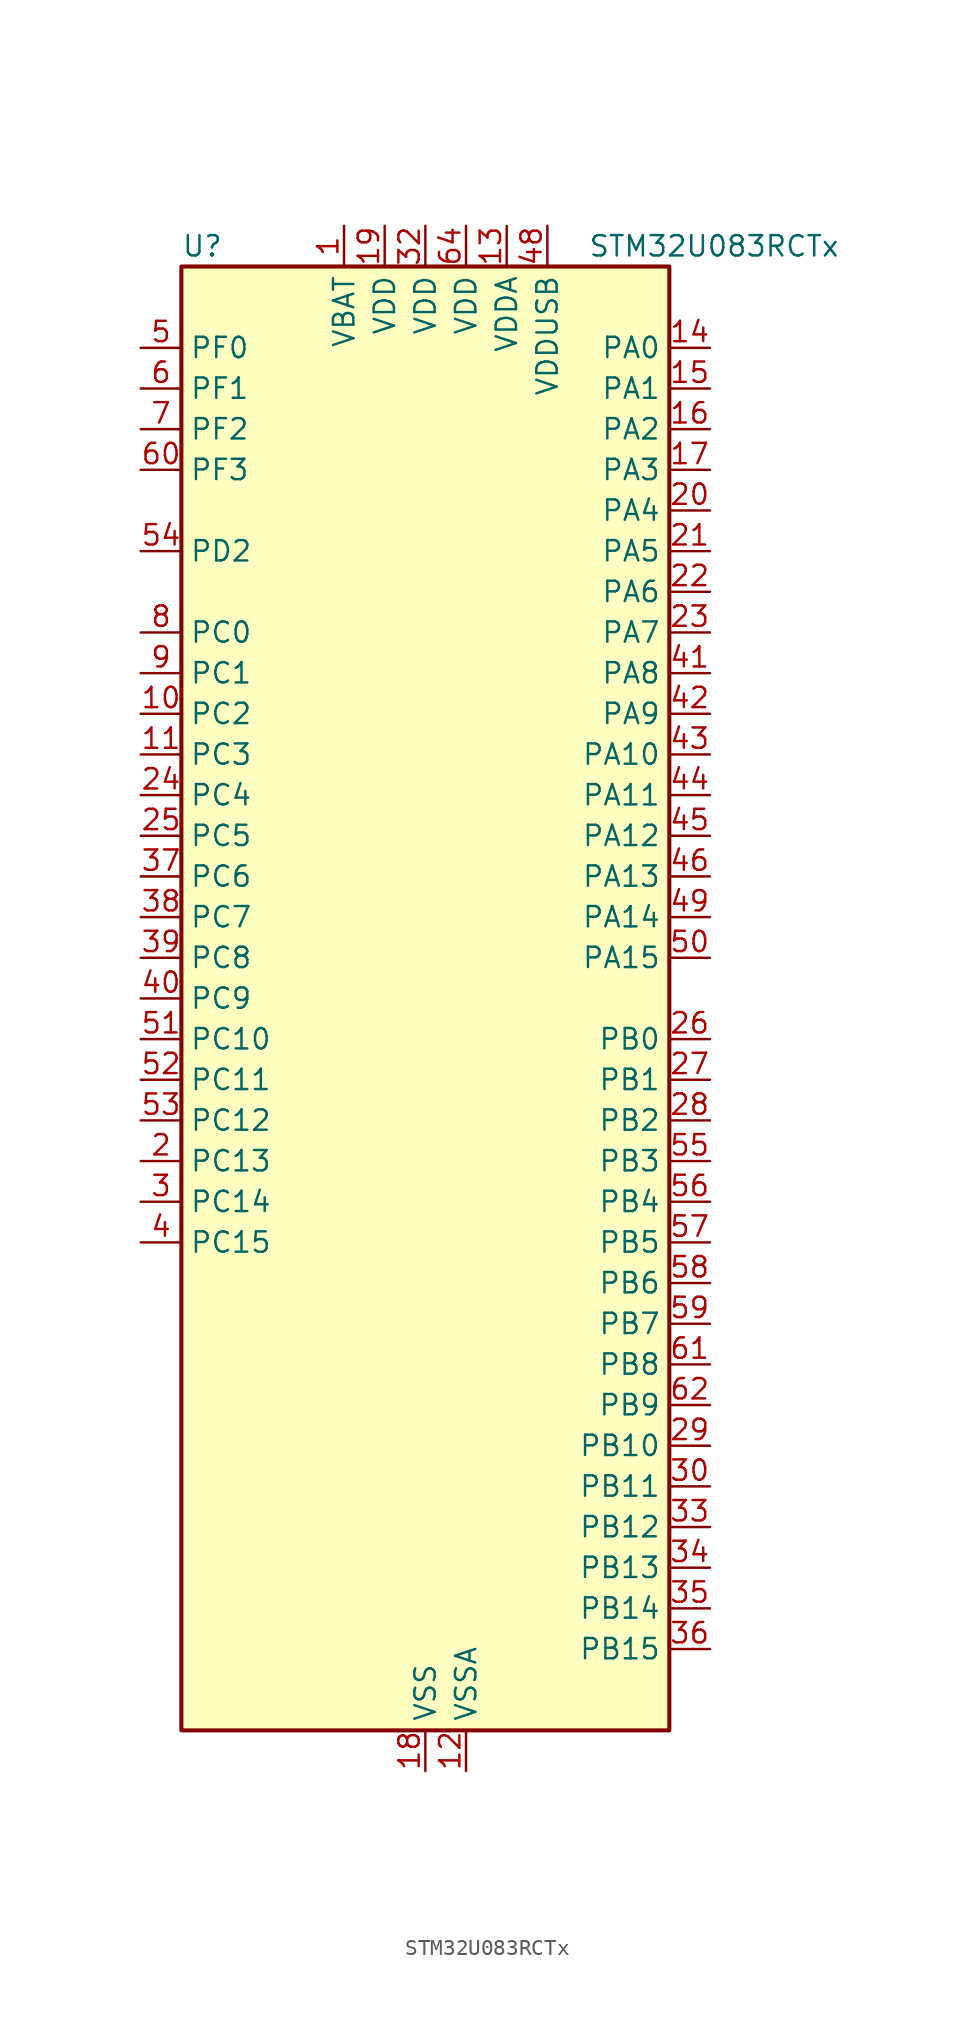
<source format=kicad_sym>
(kicad_symbol_lib
  (version 20241209)
  (generator "kicad_symbol_editor")
  (generator_version "9.0")
  (symbol "STM32U083RCTx"
    (property "Reference" "U"
      (at -15.24 46.99 0)
      (effects (font (size 1.27 1.27)) (justify left)))
    (property "Value" "STM32U083RCTx"
      (at 10.16 46.99 0)
      (effects (font (size 1.27 1.27)) (justify left)))
    (symbol "STM32U083RCTx_0_1"
      (rectangle (start -15.24 -45.72) (end 15.24 45.72) (stroke (width 0.254) (type default)) (fill (type background))))
    (symbol "STM32U083RCTx_1_1"
      (pin bidirectional line (at -17.78 40.64 0) (length 2.54) (name "PF0" (effects (font (size 1.27 1.27)))) (number "5" (effects (font (size 1.27 1.27)))) (alternate "RCC_OSC_IN" bidirectional line))
      (pin bidirectional line (at -17.78 38.1 0) (length 2.54) (name "PF1" (effects (font (size 1.27 1.27)))) (number "6" (effects (font (size 1.27 1.27)))) (alternate "RCC_OSC_EN" bidirectional line) (alternate "RCC_OSC_OUT" bidirectional line))
      (pin bidirectional line (at -17.78 35.56 0) (length 2.54) (name "PF2" (effects (font (size 1.27 1.27)))) (number "7" (effects (font (size 1.27 1.27)))) (alternate "RCC_MCO" bidirectional line))
      (pin bidirectional line (at -17.78 33.02 0) (length 2.54) (name "PF3" (effects (font (size 1.27 1.27)))) (number "60" (effects (font (size 1.27 1.27)))))
      (pin bidirectional line (at -17.78 27.94 0) (length 2.54) (name "PD2" (effects (font (size 1.27 1.27)))) (number "54" (effects (font (size 1.27 1.27)))) (alternate "LCD_COM7" bidirectional line) (alternate "LCD_SEG31" bidirectional line) (alternate "LCD_SEG51" bidirectional line) (alternate "TIM3_ETR" bidirectional line) (alternate "TSC_SYNC" bidirectional line) (alternate "USART3_DE" bidirectional line) (alternate "USART3_RTS" bidirectional line))
      (pin bidirectional line (at -17.78 22.86 0) (length 2.54) (name "PC0" (effects (font (size 1.27 1.27)))) (number "8" (effects (font (size 1.27 1.27)))) (alternate "ADC1_IN0" bidirectional line) (alternate "I2C3_SCL" bidirectional line) (alternate "I2C4_SCL" bidirectional line) (alternate "LCD_SEG18" bidirectional line) (alternate "LPTIM1_IN1" bidirectional line) (alternate "LPTIM2_IN1" bidirectional line) (alternate "LPUART1_RX" bidirectional line) (alternate "LPUART2_TX" bidirectional line))
      (pin bidirectional line (at -17.78 20.32 0) (length 2.54) (name "PC1" (effects (font (size 1.27 1.27)))) (number "9" (effects (font (size 1.27 1.27)))) (alternate "ADC1_IN1" bidirectional line) (alternate "I2C3_SDA" bidirectional line) (alternate "I2C4_SDA" bidirectional line) (alternate "LCD_SEG19" bidirectional line) (alternate "LPTIM1_CH1" bidirectional line) (alternate "LPUART1_TX" bidirectional line) (alternate "LPUART2_RX" bidirectional line))
      (pin bidirectional line (at -17.78 17.78 0) (length 2.54) (name "PC2" (effects (font (size 1.27 1.27)))) (number "10" (effects (font (size 1.27 1.27)))) (alternate "ADC1_IN2" bidirectional line) (alternate "LCD_SEG20" bidirectional line) (alternate "LPTIM1_IN2" bidirectional line) (alternate "RCC_MCO2" bidirectional line) (alternate "SPI2_MISO" bidirectional line))
      (pin bidirectional line (at -17.78 15.24 0) (length 2.54) (name "PC3" (effects (font (size 1.27 1.27)))) (number "11" (effects (font (size 1.27 1.27)))) (alternate "ADC1_IN3" bidirectional line) (alternate "LCD_VLCD" bidirectional line) (alternate "LPTIM1_ETR" bidirectional line) (alternate "LPTIM2_ETR" bidirectional line) (alternate "LPTIM3_CH1" bidirectional line) (alternate "SPI2_MOSI" bidirectional line) (alternate "USART4_CK" bidirectional line))
      (pin bidirectional line (at -17.78 12.7 0) (length 2.54) (name "PC4" (effects (font (size 1.27 1.27)))) (number "24" (effects (font (size 1.27 1.27)))) (alternate "ADC1_IN15" bidirectional line) (alternate "COMP1_INM" bidirectional line) (alternate "LCD_SEG22" bidirectional line) (alternate "LPUART3_TX" bidirectional line) (alternate "USART3_TX" bidirectional line))
      (pin bidirectional line (at -17.78 10.16 0) (length 2.54) (name "PC5" (effects (font (size 1.27 1.27)))) (number "25" (effects (font (size 1.27 1.27)))) (alternate "ADC1_IN16" bidirectional line) (alternate "COMP1_INP" bidirectional line) (alternate "LCD_SEG23" bidirectional line) (alternate "LPTIM3_CH3" bidirectional line) (alternate "LPUART3_RX" bidirectional line) (alternate "PWR_WKUP5" bidirectional line) (alternate "TAMP_IN4" bidirectional line) (alternate "USART3_RX" bidirectional line))
      (pin bidirectional line (at -17.78 7.62 0) (length 2.54) (name "PC6" (effects (font (size 1.27 1.27)))) (number "37" (effects (font (size 1.27 1.27)))) (alternate "COMP1_INP" bidirectional line) (alternate "LCD_SEG24" bidirectional line) (alternate "LPUART2_TX" bidirectional line) (alternate "TIM3_CH1" bidirectional line) (alternate "TSC_G4_IO1" bidirectional line))
      (pin bidirectional line (at -17.78 5.08 0) (length 2.54) (name "PC7" (effects (font (size 1.27 1.27)))) (number "38" (effects (font (size 1.27 1.27)))) (alternate "LCD_SEG25" bidirectional line) (alternate "LPTIM2_CH2" bidirectional line) (alternate "LPTIM3_CH4" bidirectional line) (alternate "LPUART2_RX" bidirectional line) (alternate "TIM3_CH2" bidirectional line) (alternate "TSC_G4_IO2" bidirectional line))
      (pin bidirectional line (at -17.78 2.54 0) (length 2.54) (name "PC8" (effects (font (size 1.27 1.27)))) (number "39" (effects (font (size 1.27 1.27)))) (alternate "LCD_SEG26" bidirectional line) (alternate "LPTIM3_CH1" bidirectional line) (alternate "TIM3_CH3" bidirectional line) (alternate "TSC_G4_IO3" bidirectional line))
      (pin bidirectional line (at -17.78 0 0) (length 2.54) (name "PC9" (effects (font (size 1.27 1.27)))) (number "40" (effects (font (size 1.27 1.27)))) (alternate "DAC1_EXTI9" bidirectional line) (alternate "LCD_SEG27" bidirectional line) (alternate "LPTIM3_CH2" bidirectional line) (alternate "TIM3_CH4" bidirectional line) (alternate "TSC_G4_IO4" bidirectional line) (alternate "USB_NOE" bidirectional line))
      (pin bidirectional line (at -17.78 -2.54 0) (length 2.54) (name "PC10" (effects (font (size 1.27 1.27)))) (number "51" (effects (font (size 1.27 1.27)))) (alternate "LCD_COM4" bidirectional line) (alternate "LCD_SEG28" bidirectional line) (alternate "LCD_SEG48" bidirectional line) (alternate "LPTIM3_ETR" bidirectional line) (alternate "SPI3_SCK" bidirectional line) (alternate "TSC_G3_IO2" bidirectional line) (alternate "USART3_TX" bidirectional line) (alternate "USART4_TX" bidirectional line))
      (pin bidirectional line (at -17.78 -5.08 0) (length 2.54) (name "PC11" (effects (font (size 1.27 1.27)))) (number "52" (effects (font (size 1.27 1.27)))) (alternate "ADC1_EXTI11" bidirectional line) (alternate "LCD_COM5" bidirectional line) (alternate "LCD_SEG29" bidirectional line) (alternate "LCD_SEG49" bidirectional line) (alternate "LPTIM3_IN1" bidirectional line) (alternate "SPI3_MISO" bidirectional line) (alternate "TSC_G3_IO3" bidirectional line) (alternate "USART3_RX" bidirectional line) (alternate "USART4_RX" bidirectional line))
      (pin bidirectional line (at -17.78 -7.62 0) (length 2.54) (name "PC12" (effects (font (size 1.27 1.27)))) (number "53" (effects (font (size 1.27 1.27)))) (alternate "LCD_COM6" bidirectional line) (alternate "LCD_SEG30" bidirectional line) (alternate "LCD_SEG50" bidirectional line) (alternate "LPTIM3_CH3" bidirectional line) (alternate "SPI3_MOSI" bidirectional line) (alternate "USART3_CK" bidirectional line) (alternate "USART4_CK" bidirectional line))
      (pin bidirectional line (at -17.78 -10.16 0) (length 2.54) (name "PC13" (effects (font (size 1.27 1.27)))) (number "2" (effects (font (size 1.27 1.27)))) (alternate "LPTIM1_CH3" bidirectional line) (alternate "LPTIM3_CH3" bidirectional line) (alternate "PWR_WKUP2" bidirectional line) (alternate "RTC_OUT1" bidirectional line) (alternate "RTC_TS" bidirectional line) (alternate "TAMP_IN1" bidirectional line))
      (pin bidirectional line (at -17.78 -12.7 0) (length 2.54) (name "PC14" (effects (font (size 1.27 1.27)))) (number "3" (effects (font (size 1.27 1.27)))) (alternate "RCC_OSC32_IN" bidirectional line))
      (pin bidirectional line (at -17.78 -15.24 0) (length 2.54) (name "PC15" (effects (font (size 1.27 1.27)))) (number "4" (effects (font (size 1.27 1.27)))) (alternate "RCC_OSC32_EN" bidirectional line) (alternate "RCC_OSC32_OUT" bidirectional line) (alternate "RCC_OSC_EN" bidirectional line))
      (pin power_in line (at -5.08 48.26 270) (length 2.54) (name "VBAT" (effects (font (size 1.27 1.27)))) (number "1" (effects (font (size 1.27 1.27)))))
      (pin power_in line (at -2.54 48.26 270) (length 2.54) (name "VDD" (effects (font (size 1.27 1.27)))) (number "19" (effects (font (size 1.27 1.27)))))
      (pin power_in line (at 0 48.26 270) (length 2.54) (name "VDD" (effects (font (size 1.27 1.27)))) (number "32" (effects (font (size 1.27 1.27)))))
      (pin power_in line (at 0 -48.26 90) (length 2.54) (name "VSS" (effects (font (size 1.27 1.27)))) (number "18" (effects (font (size 1.27 1.27)))))
      (pin passive line (at 0 -48.26 90) (length 2.54) (hide yes) (name "VSS" (effects (font (size 1.27 1.27)))) (number "31" (effects (font (size 1.27 1.27)))))
      (pin passive line (at 0 -48.26 90) (length 2.54) (hide yes) (name "VSS" (effects (font (size 1.27 1.27)))) (number "47" (effects (font (size 1.27 1.27)))))
      (pin passive line (at 0 -48.26 90) (length 2.54) (hide yes) (name "VSS" (effects (font (size 1.27 1.27)))) (number "63" (effects (font (size 1.27 1.27)))))
      (pin power_in line (at 2.54 48.26 270) (length 2.54) (name "VDD" (effects (font (size 1.27 1.27)))) (number "64" (effects (font (size 1.27 1.27)))))
      (pin power_in line (at 2.54 -48.26 90) (length 2.54) (name "VSSA" (effects (font (size 1.27 1.27)))) (number "12" (effects (font (size 1.27 1.27)))))
      (pin power_in line (at 5.08 48.26 270) (length 2.54) (name "VDDA" (effects (font (size 1.27 1.27)))) (number "13" (effects (font (size 1.27 1.27)))))
      (pin power_in line (at 7.62 48.26 270) (length 2.54) (name "VDDUSB" (effects (font (size 1.27 1.27)))) (number "48" (effects (font (size 1.27 1.27)))))
      (pin bidirectional line (at 17.78 40.64 180) (length 2.54) (name "PA0" (effects (font (size 1.27 1.27)))) (number "14" (effects (font (size 1.27 1.27)))) (alternate "ADC1_IN4" bidirectional line) (alternate "COMP1_INM" bidirectional line) (alternate "COMP1_OUT" bidirectional line) (alternate "LCD_SEG42" bidirectional line) (alternate "OPAMP1_VINP" bidirectional line) (alternate "PWR_WKUP1" bidirectional line) (alternate "TAMP_IN2" bidirectional line) (alternate "TIM2_CH1" bidirectional line) (alternate "TIM2_ETR" bidirectional line) (alternate "USART2_CTS" bidirectional line) (alternate "USART4_TX" bidirectional line))
      (pin bidirectional line (at 17.78 38.1 180) (length 2.54) (name "PA1" (effects (font (size 1.27 1.27)))) (number "15" (effects (font (size 1.27 1.27)))) (alternate "ADC1_IN5" bidirectional line) (alternate "COMP1_INP" bidirectional line) (alternate "LCD_SEG0" bidirectional line) (alternate "LPTIM1_CH2" bidirectional line) (alternate "OPAMP1_VINM" bidirectional line) (alternate "PWR_WKUP3" bidirectional line) (alternate "SPI1_SCK" bidirectional line) (alternate "SPI2_SCK" bidirectional line) (alternate "TAMP_IN5" bidirectional line) (alternate "TIM15_CH1N" bidirectional line) (alternate "TIM2_CH2" bidirectional line) (alternate "USART2_DE" bidirectional line) (alternate "USART2_RTS" bidirectional line) (alternate "USART4_RX" bidirectional line))
      (pin bidirectional line (at 17.78 35.56 180) (length 2.54) (name "PA2" (effects (font (size 1.27 1.27)))) (number "16" (effects (font (size 1.27 1.27)))) (alternate "ADC1_IN6" bidirectional line) (alternate "COMP2_INM" bidirectional line) (alternate "COMP2_OUT" bidirectional line) (alternate "LCD_SEG1" bidirectional line) (alternate "LPUART1_TX" bidirectional line) (alternate "PWR_WKUP4" bidirectional line) (alternate "RCC_LSCO" bidirectional line) (alternate "TIM15_CH1" bidirectional line) (alternate "TIM2_CH3" bidirectional line) (alternate "USART2_TX" bidirectional line))
      (pin bidirectional line (at 17.78 33.02 180) (length 2.54) (name "PA3" (effects (font (size 1.27 1.27)))) (number "17" (effects (font (size 1.27 1.27)))) (alternate "ADC1_IN7" bidirectional line) (alternate "COMP2_INP" bidirectional line) (alternate "LCD_SEG2" bidirectional line) (alternate "LPUART1_RX" bidirectional line) (alternate "OPAMP1_VOUT" bidirectional line) (alternate "TIM15_CH2" bidirectional line) (alternate "TIM2_CH4" bidirectional line) (alternate "USART2_RX" bidirectional line))
      (pin bidirectional line (at 17.78 30.48 180) (length 2.54) (name "PA4" (effects (font (size 1.27 1.27)))) (number "20" (effects (font (size 1.27 1.27)))) (alternate "ADC1_IN8" bidirectional line) (alternate "COMP1_INM" bidirectional line) (alternate "COMP2_INM" bidirectional line) (alternate "DAC1_OUT1" bidirectional line) (alternate "LCD_SEG43" bidirectional line) (alternate "LPTIM2_CH1" bidirectional line) (alternate "LPUART3_TX" bidirectional line) (alternate "SPI1_NSS" bidirectional line) (alternate "SPI3_NSS" bidirectional line) (alternate "USART2_CK" bidirectional line))
      (pin bidirectional line (at 17.78 27.94 180) (length 2.54) (name "PA5" (effects (font (size 1.27 1.27)))) (number "21" (effects (font (size 1.27 1.27)))) (alternate "ADC1_IN9" bidirectional line) (alternate "COMP1_INM" bidirectional line) (alternate "COMP2_INM" bidirectional line) (alternate "LCD_SEG44" bidirectional line) (alternate "LPTIM2_ETR" bidirectional line) (alternate "LPUART3_RX" bidirectional line) (alternate "SPI1_SCK" bidirectional line) (alternate "TIM2_CH1" bidirectional line) (alternate "TIM2_ETR" bidirectional line) (alternate "USART3_TX" bidirectional line))
      (pin bidirectional line (at 17.78 25.4 180) (length 2.54) (name "PA6" (effects (font (size 1.27 1.27)))) (number "22" (effects (font (size 1.27 1.27)))) (alternate "ADC1_IN10" bidirectional line) (alternate "COMP1_OUT" bidirectional line) (alternate "I2C2_SDA" bidirectional line) (alternate "I2C3_SDA" bidirectional line) (alternate "LCD_SEG3" bidirectional line) (alternate "LPUART1_CTS" bidirectional line) (alternate "SPI1_MISO" bidirectional line) (alternate "TIM16_CH1" bidirectional line) (alternate "TIM1_BKIN" bidirectional line) (alternate "TIM3_CH1" bidirectional line) (alternate "TSC_G5_IO1" bidirectional line) (alternate "USART3_CTS" bidirectional line))
      (pin bidirectional line (at 17.78 22.86 180) (length 2.54) (name "PA7" (effects (font (size 1.27 1.27)))) (number "23" (effects (font (size 1.27 1.27)))) (alternate "ADC1_IN14" bidirectional line) (alternate "COMP2_OUT" bidirectional line) (alternate "I2C2_SCL" bidirectional line) (alternate "I2C3_SCL" bidirectional line) (alternate "LCD_SEG4" bidirectional line) (alternate "LPTIM2_CH2" bidirectional line) (alternate "SPI1_MOSI" bidirectional line) (alternate "TIM1_CH1N" bidirectional line) (alternate "TIM3_CH2" bidirectional line) (alternate "USART3_RX" bidirectional line))
      (pin bidirectional line (at 17.78 20.32 180) (length 2.54) (name "PA8" (effects (font (size 1.27 1.27)))) (number "41" (effects (font (size 1.27 1.27)))) (alternate "LCD_COM0" bidirectional line) (alternate "LPTIM2_CH1" bidirectional line) (alternate "RCC_MCO" bidirectional line) (alternate "RCC_MCO2" bidirectional line) (alternate "TIM1_CH1" bidirectional line) (alternate "TSC_G7_IO1" bidirectional line) (alternate "USART1_CK" bidirectional line))
      (pin bidirectional line (at 17.78 17.78 180) (length 2.54) (name "PA9" (effects (font (size 1.27 1.27)))) (number "42" (effects (font (size 1.27 1.27)))) (alternate "COMP1_INP" bidirectional line) (alternate "DAC1_EXTI9" bidirectional line) (alternate "I2C1_SCL" bidirectional line) (alternate "I2C2_SCL" bidirectional line) (alternate "LCD_COM1" bidirectional line) (alternate "RCC_MCO" bidirectional line) (alternate "TIM15_BKIN" bidirectional line) (alternate "TIM1_CH2" bidirectional line) (alternate "TSC_G7_IO2" bidirectional line) (alternate "USART1_TX" bidirectional line))
      (pin bidirectional line (at 17.78 15.24 180) (length 2.54) (name "PA10" (effects (font (size 1.27 1.27)))) (number "43" (effects (font (size 1.27 1.27)))) (alternate "CRS_SYNC" bidirectional line) (alternate "I2C1_SDA" bidirectional line) (alternate "I2C2_SDA" bidirectional line) (alternate "LCD_COM2" bidirectional line) (alternate "RCC_MCO2" bidirectional line) (alternate "SPI2_NSS" bidirectional line) (alternate "TIM1_CH3" bidirectional line) (alternate "TSC_G7_IO3" bidirectional line) (alternate "USART1_RX" bidirectional line))
      (pin bidirectional line (at 17.78 12.7 180) (length 2.54) (name "PA11" (effects (font (size 1.27 1.27)))) (number "44" (effects (font (size 1.27 1.27)))) (alternate "ADC1_EXTI11" bidirectional line) (alternate "COMP1_OUT" bidirectional line) (alternate "SPI1_MISO" bidirectional line) (alternate "SPI2_MISO" bidirectional line) (alternate "TIM1_BKIN2" bidirectional line) (alternate "TIM1_CH4" bidirectional line) (alternate "USART1_CTS" bidirectional line) (alternate "USB_DM" bidirectional line))
      (pin bidirectional line (at 17.78 10.16 180) (length 2.54) (name "PA12" (effects (font (size 1.27 1.27)))) (number "45" (effects (font (size 1.27 1.27)))) (alternate "SPI1_MOSI" bidirectional line) (alternate "SPI2_MOSI" bidirectional line) (alternate "TIM1_ETR" bidirectional line) (alternate "USART1_DE" bidirectional line) (alternate "USART1_RTS" bidirectional line) (alternate "USB_DP" bidirectional line))
      (pin bidirectional line (at 17.78 7.62 180) (length 2.54) (name "PA13" (effects (font (size 1.27 1.27)))) (number "46" (effects (font (size 1.27 1.27)))) (alternate "DEBUG_JTMS-SWDIO" bidirectional line) (alternate "IR_OUT" bidirectional line) (alternate "LCD_SEG40" bidirectional line) (alternate "TSC_G7_IO4" bidirectional line) (alternate "USB_NOE" bidirectional line))
      (pin bidirectional line (at 17.78 5.08 180) (length 2.54) (name "PA14" (effects (font (size 1.27 1.27)))) (number "49" (effects (font (size 1.27 1.27)))) (alternate "DEBUG_JTCK-SWCLK" bidirectional line) (alternate "LCD_SEG41" bidirectional line) (alternate "LPTIM1_CH1" bidirectional line) (alternate "TSC_G3_IO4" bidirectional line))
      (pin bidirectional line (at 17.78 2.54 180) (length 2.54) (name "PA15" (effects (font (size 1.27 1.27)))) (number "50" (effects (font (size 1.27 1.27)))) (alternate "DEBUG_JTDI" bidirectional line) (alternate "LCD_SEG17" bidirectional line) (alternate "LPTIM3_CH3" bidirectional line) (alternate "LPTIM3_IN2" bidirectional line) (alternate "SPI1_NSS" bidirectional line) (alternate "SPI3_NSS" bidirectional line) (alternate "TIM2_CH1" bidirectional line) (alternate "TIM2_ETR" bidirectional line) (alternate "TSC_G3_IO1" bidirectional line) (alternate "USART2_RX" bidirectional line) (alternate "USART3_DE" bidirectional line) (alternate "USART3_RTS" bidirectional line) (alternate "USART4_DE" bidirectional line) (alternate "USART4_RTS" bidirectional line))
      (pin bidirectional line (at 17.78 -2.54 180) (length 2.54) (name "PB0" (effects (font (size 1.27 1.27)))) (number "26" (effects (font (size 1.27 1.27)))) (alternate "ADC1_IN17" bidirectional line) (alternate "COMP1_OUT" bidirectional line) (alternate "LCD_SEG5" bidirectional line) (alternate "LPTIM3_CH1" bidirectional line) (alternate "LPUART2_CTS" bidirectional line) (alternate "SPI1_NSS" bidirectional line) (alternate "TIM1_CH2N" bidirectional line) (alternate "TIM3_CH3" bidirectional line) (alternate "TSC_G5_IO2" bidirectional line) (alternate "USART3_CK" bidirectional line))
      (pin bidirectional line (at 17.78 -5.08 180) (length 2.54) (name "PB1" (effects (font (size 1.27 1.27)))) (number "27" (effects (font (size 1.27 1.27)))) (alternate "ADC1_IN18" bidirectional line) (alternate "COMP1_INM" bidirectional line) (alternate "LCD_SEG6" bidirectional line) (alternate "LPTIM2_IN1" bidirectional line) (alternate "LPTIM3_CH2" bidirectional line) (alternate "LPUART1_DE" bidirectional line) (alternate "LPUART1_RTS" bidirectional line) (alternate "LPUART2_DE" bidirectional line) (alternate "LPUART2_RTS" bidirectional line) (alternate "TIM1_CH3N" bidirectional line) (alternate "TIM3_CH4" bidirectional line) (alternate "TSC_SYNC" bidirectional line) (alternate "USART3_DE" bidirectional line) (alternate "USART3_RTS" bidirectional line))
      (pin bidirectional line (at 17.78 -7.62 180) (length 2.54) (name "PB2" (effects (font (size 1.27 1.27)))) (number "28" (effects (font (size 1.27 1.27)))) (alternate "COMP1_INP" bidirectional line) (alternate "LCD_VLCD" bidirectional line) (alternate "LPTIM1_CH1" bidirectional line) (alternate "RTC_OUT2" bidirectional line))
      (pin bidirectional line (at 17.78 -10.16 180) (length 2.54) (name "PB3" (effects (font (size 1.27 1.27)))) (number "55" (effects (font (size 1.27 1.27)))) (alternate "COMP2_INM" bidirectional line) (alternate "DEBUG_JTDO-SWO" bidirectional line) (alternate "I2C2_SCL" bidirectional line) (alternate "I2C3_SCL" bidirectional line) (alternate "LCD_SEG7" bidirectional line) (alternate "LPTIM1_CH3" bidirectional line) (alternate "SPI1_SCK" bidirectional line) (alternate "SPI3_SCK" bidirectional line) (alternate "TIM2_CH2" bidirectional line) (alternate "USART1_DE" bidirectional line) (alternate "USART1_RTS" bidirectional line))
      (pin bidirectional line (at 17.78 -12.7 180) (length 2.54) (name "PB4" (effects (font (size 1.27 1.27)))) (number "56" (effects (font (size 1.27 1.27)))) (alternate "COMP2_INP" bidirectional line) (alternate "I2C2_SDA" bidirectional line) (alternate "I2C3_SDA" bidirectional line) (alternate "LCD_SEG8" bidirectional line) (alternate "LPTIM1_CH4" bidirectional line) (alternate "LPUART3_DE" bidirectional line) (alternate "LPUART3_RTS" bidirectional line) (alternate "SPI1_MISO" bidirectional line) (alternate "SPI3_MISO" bidirectional line) (alternate "TIM3_CH1" bidirectional line) (alternate "TSC_G2_IO1" bidirectional line) (alternate "USART1_CTS" bidirectional line))
      (pin bidirectional line (at 17.78 -15.24 180) (length 2.54) (name "PB5" (effects (font (size 1.27 1.27)))) (number "57" (effects (font (size 1.27 1.27)))) (alternate "COMP2_OUT" bidirectional line) (alternate "LCD_SEG9" bidirectional line) (alternate "LPTIM1_IN1" bidirectional line) (alternate "LPUART3_CTS" bidirectional line) (alternate "SPI1_MOSI" bidirectional line) (alternate "SPI3_MOSI" bidirectional line) (alternate "TIM16_BKIN" bidirectional line) (alternate "TIM3_CH2" bidirectional line) (alternate "TSC_G2_IO2" bidirectional line) (alternate "USART1_CK" bidirectional line))
      (pin bidirectional line (at 17.78 -17.78 180) (length 2.54) (name "PB6" (effects (font (size 1.27 1.27)))) (number "58" (effects (font (size 1.27 1.27)))) (alternate "COMP2_INP" bidirectional line) (alternate "I2C1_SCL" bidirectional line) (alternate "I2C2_SCL" bidirectional line) (alternate "I2C4_SCL" bidirectional line) (alternate "LPTIM1_ETR" bidirectional line) (alternate "LPUART2_TX" bidirectional line) (alternate "LPUART3_TX" bidirectional line) (alternate "TIM16_CH1N" bidirectional line) (alternate "TSC_G2_IO3" bidirectional line) (alternate "USART1_TX" bidirectional line))
      (pin bidirectional line (at 17.78 -20.32 180) (length 2.54) (name "PB7" (effects (font (size 1.27 1.27)))) (number "59" (effects (font (size 1.27 1.27)))) (alternate "COMP2_INM" bidirectional line) (alternate "I2C1_SDA" bidirectional line) (alternate "I2C2_SDA" bidirectional line) (alternate "I2C4_SDA" bidirectional line) (alternate "LCD_SEG21" bidirectional line) (alternate "LPTIM1_IN2" bidirectional line) (alternate "LPUART2_RX" bidirectional line) (alternate "LPUART3_RX" bidirectional line) (alternate "PWR_PVD_IN" bidirectional line) (alternate "TSC_G2_IO4" bidirectional line) (alternate "USART1_RX" bidirectional line) (alternate "USART4_CTS" bidirectional line))
      (pin bidirectional line (at 17.78 -22.86 180) (length 2.54) (name "PB8" (effects (font (size 1.27 1.27)))) (number "61" (effects (font (size 1.27 1.27)))) (alternate "I2C1_SCL" bidirectional line) (alternate "I2C2_SCL" bidirectional line) (alternate "LCD_SEG16" bidirectional line) (alternate "LPTIM1_IN2" bidirectional line) (alternate "LPTIM3_IN2" bidirectional line) (alternate "TIM16_CH1" bidirectional line) (alternate "USART3_TX" bidirectional line))
      (pin bidirectional line (at 17.78 -25.4 180) (length 2.54) (name "PB9" (effects (font (size 1.27 1.27)))) (number "62" (effects (font (size 1.27 1.27)))) (alternate "DAC1_EXTI9" bidirectional line) (alternate "I2C1_SDA" bidirectional line) (alternate "I2C2_SDA" bidirectional line) (alternate "IR_OUT" bidirectional line) (alternate "LCD_COM3" bidirectional line) (alternate "LPTIM1_CH4" bidirectional line) (alternate "LPTIM3_CH4" bidirectional line) (alternate "SPI2_NSS" bidirectional line) (alternate "USART3_RX" bidirectional line))
      (pin bidirectional line (at 17.78 -27.94 180) (length 2.54) (name "PB10" (effects (font (size 1.27 1.27)))) (number "29" (effects (font (size 1.27 1.27)))) (alternate "COMP1_OUT" bidirectional line) (alternate "I2C2_SCL" bidirectional line) (alternate "I2C4_SCL" bidirectional line) (alternate "LCD_SEG10" bidirectional line) (alternate "LPTIM3_CH1" bidirectional line) (alternate "LPUART1_RX" bidirectional line) (alternate "LPUART2_RX" bidirectional line) (alternate "SPI2_SCK" bidirectional line) (alternate "TIM2_CH3" bidirectional line) (alternate "TSC_G5_IO3" bidirectional line) (alternate "USART3_TX" bidirectional line))
      (pin bidirectional line (at 17.78 -30.48 180) (length 2.54) (name "PB11" (effects (font (size 1.27 1.27)))) (number "30" (effects (font (size 1.27 1.27)))) (alternate "ADC1_EXTI11" bidirectional line) (alternate "COMP2_OUT" bidirectional line) (alternate "I2C2_SDA" bidirectional line) (alternate "I2C4_SDA" bidirectional line) (alternate "LCD_SEG11" bidirectional line) (alternate "LPUART1_TX" bidirectional line) (alternate "LPUART2_TX" bidirectional line) (alternate "TIM2_CH4" bidirectional line) (alternate "TSC_G5_IO4" bidirectional line) (alternate "USART3_RX" bidirectional line))
      (pin bidirectional line (at 17.78 -33.02 180) (length 2.54) (name "PB12" (effects (font (size 1.27 1.27)))) (number "33" (effects (font (size 1.27 1.27)))) (alternate "LCD_SEG12" bidirectional line) (alternate "LPUART1_DE" bidirectional line) (alternate "LPUART1_RTS" bidirectional line) (alternate "SPI2_NSS" bidirectional line) (alternate "TIM15_BKIN" bidirectional line) (alternate "TIM1_BKIN" bidirectional line) (alternate "TSC_G1_IO1" bidirectional line) (alternate "USART3_CK" bidirectional line))
      (pin bidirectional line (at 17.78 -35.56 180) (length 2.54) (name "PB13" (effects (font (size 1.27 1.27)))) (number "34" (effects (font (size 1.27 1.27)))) (alternate "I2C2_SCL" bidirectional line) (alternate "LCD_SEG13" bidirectional line) (alternate "LPTIM3_IN1" bidirectional line) (alternate "LPUART1_CTS" bidirectional line) (alternate "SPI2_SCK" bidirectional line) (alternate "TIM15_CH1N" bidirectional line) (alternate "TIM1_CH1N" bidirectional line) (alternate "TSC_G1_IO2" bidirectional line) (alternate "USART3_CTS" bidirectional line))
      (pin bidirectional line (at 17.78 -38.1 180) (length 2.54) (name "PB14" (effects (font (size 1.27 1.27)))) (number "35" (effects (font (size 1.27 1.27)))) (alternate "I2C2_SDA" bidirectional line) (alternate "LCD_SEG14" bidirectional line) (alternate "LPTIM3_ETR" bidirectional line) (alternate "SPI2_MISO" bidirectional line) (alternate "TIM15_CH1" bidirectional line) (alternate "TIM1_CH2N" bidirectional line) (alternate "TSC_G1_IO3" bidirectional line) (alternate "USART3_DE" bidirectional line) (alternate "USART3_RTS" bidirectional line))
      (pin bidirectional line (at 17.78 -40.64 180) (length 2.54) (name "PB15" (effects (font (size 1.27 1.27)))) (number "36" (effects (font (size 1.27 1.27)))) (alternate "LCD_SEG15" bidirectional line) (alternate "PWR_WKUP7" bidirectional line) (alternate "RTC_REFIN" bidirectional line) (alternate "SPI2_MOSI" bidirectional line) (alternate "TAMP_IN3" bidirectional line) (alternate "TIM15_CH2" bidirectional line) (alternate "TIM1_CH3N" bidirectional line) (alternate "TSC_G1_IO4" bidirectional line)))))
</source>
